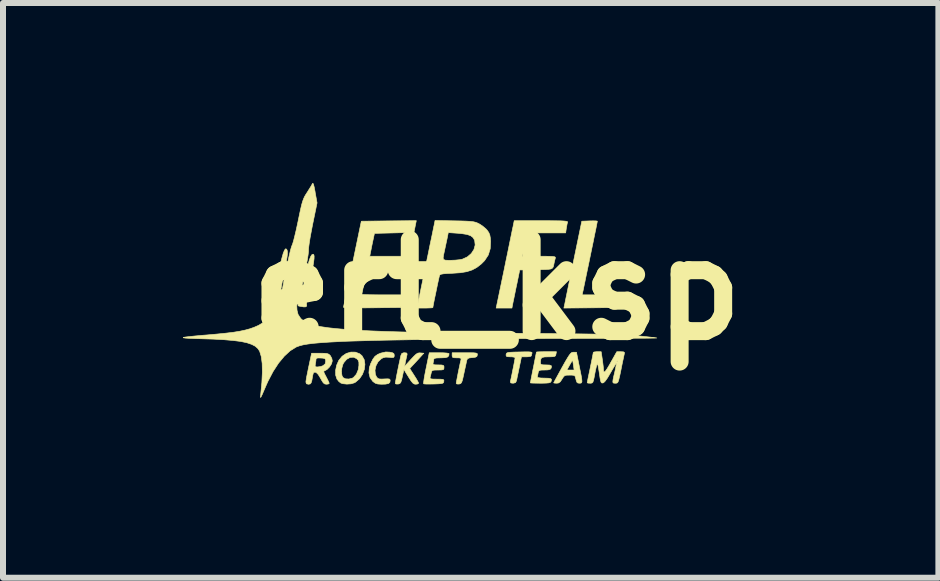
<source format=kicad_pcb>
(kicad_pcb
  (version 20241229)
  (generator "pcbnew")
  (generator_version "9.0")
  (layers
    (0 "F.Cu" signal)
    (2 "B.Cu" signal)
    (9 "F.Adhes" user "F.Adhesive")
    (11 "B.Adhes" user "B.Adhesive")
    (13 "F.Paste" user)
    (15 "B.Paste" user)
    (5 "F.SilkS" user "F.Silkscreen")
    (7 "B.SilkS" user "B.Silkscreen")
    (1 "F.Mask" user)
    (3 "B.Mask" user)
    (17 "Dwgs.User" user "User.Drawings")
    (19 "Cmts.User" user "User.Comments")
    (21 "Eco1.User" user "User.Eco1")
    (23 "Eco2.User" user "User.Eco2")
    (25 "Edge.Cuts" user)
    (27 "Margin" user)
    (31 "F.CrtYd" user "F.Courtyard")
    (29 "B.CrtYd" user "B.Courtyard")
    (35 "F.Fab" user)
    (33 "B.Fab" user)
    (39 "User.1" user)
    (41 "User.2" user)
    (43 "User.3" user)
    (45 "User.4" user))
  (footprint "ert_ksp"
    (layer "F.Cu")
    (at 5.233 1.781)
    (property "Reference" "ert_ksp" (at 0 0 0) (layer "F.SilkS") (effects (font (size 1.524 1.524) (thickness 0.3))))
    (attr through_hole)
    (fp_poly (pts (xy -3.052 -0.586) (xy -3.046 -0.562) (xy -3.047 -0.519) (xy -3.055 -0.454) (xy -3.07 -0.364) (xy -3.092 -0.246) (xy -3.108 -0.167) (xy -3.13 -0.054) (xy -3.148 0.048) (xy -3.162 0.134) (xy -3.17 0.198) (xy -3.172 0.236) (xy -3.172 0.24) (xy -3.17 0.27) (xy -3.184 0.284) (xy -3.218 0.286) (xy -3.28 0.276) (xy -3.281 0.276) (xy -3.309 0.269) (xy -3.316 0.256) (xy -3.306 0.228) (xy -3.293 0.203) (xy -3.282 0.172) (xy -3.266 0.113) (xy -3.247 0.033) (xy -3.225 -0.063) (xy -3.202 -0.168) (xy -3.198 -0.19) (xy -3.17 -0.323) (xy -3.145 -0.426) (xy -3.124 -0.502) (xy -3.104 -0.552) (xy -3.086 -0.582) (xy -3.067 -0.592) (xy -3.064 -0.593) (xy -3.052 -0.586)) (stroke (width 0.01) (type solid)) (fill yes) (layer "F.SilkS"))
    (fp_poly (pts (xy 1.654 -1.148) (xy 1.676 -1.144) (xy 1.676 -1.143) (xy 1.673 -1.126) (xy 1.664 -1.079) (xy 1.65 -1.008) (xy 1.631 -0.919) (xy 1.61 -0.814) (xy 1.586 -0.699) (xy 1.561 -0.578) (xy 1.536 -0.456) (xy 1.511 -0.337) (xy 1.488 -0.227) (xy 1.468 -0.129) (xy 1.451 -0.048) (xy 1.439 0.011) (xy 1.431 0.044) (xy 1.431 0.047) (xy 1.422 0.085) (xy 2.118 0.085) (xy 2.106 0.148) (xy 2.095 0.203) (xy 2.084 0.251) (xy 2.083 0.254) (xy 2.072 0.296) (xy 1.595 0.301) (xy 1.118 0.305) (xy 1.128 0.257) (xy 1.134 0.23) (xy 1.145 0.174) (xy 1.162 0.092) (xy 1.183 -0.011) (xy 1.208 -0.133) (xy 1.236 -0.268) (xy 1.266 -0.414) (xy 1.277 -0.467) (xy 1.417 -1.143) (xy 1.547 -1.148) (xy 1.608 -1.149) (xy 1.654 -1.148)) (stroke (width 0.01) (type solid)) (fill yes) (layer "F.SilkS"))
    (fp_poly (pts (xy -1.787 1.04) (xy -1.74 1.05) (xy -1.717 1.063) (xy -1.71 1.087) (xy -1.71 1.094) (xy -1.713 1.119) (xy -1.725 1.129) (xy -1.757 1.13) (xy -1.791 1.126) (xy -1.852 1.123) (xy -1.899 1.135) (xy -1.927 1.151) (xy -1.98 1.201) (xy -2.015 1.267) (xy -2.031 1.341) (xy -2.025 1.411) (xy -2.005 1.454) (xy -1.985 1.476) (xy -1.959 1.487) (xy -1.917 1.489) (xy -1.878 1.487) (xy -1.822 1.485) (xy -1.792 1.488) (xy -1.78 1.5) (xy -1.778 1.518) (xy -1.785 1.546) (xy -1.808 1.564) (xy -1.855 1.573) (xy -1.923 1.575) (xy -1.984 1.571) (xy -2.026 1.558) (xy -2.065 1.53) (xy -2.068 1.527) (xy -2.113 1.465) (xy -2.132 1.386) (xy -2.125 1.297) (xy -2.101 1.227) (xy -2.066 1.157) (xy -2.031 1.11) (xy -1.986 1.078) (xy -1.938 1.057) (xy -1.852 1.037) (xy -1.787 1.04)) (stroke (width 0.01) (type solid)) (fill yes) (layer "F.SilkS"))
    (fp_poly (pts (xy -0.444 1.05) (xy -0.385 1.051) (xy -0.349 1.055) (xy -0.33 1.061) (xy -0.324 1.071) (xy -0.325 1.086) (xy -0.325 1.088) (xy -0.333 1.112) (xy -0.356 1.124) (xy -0.401 1.131) (xy -0.411 1.131) (xy -0.461 1.137) (xy -0.488 1.15) (xy -0.5 1.173) (xy -0.5 1.174) (xy -0.507 1.205) (xy -0.519 1.261) (xy -0.535 1.333) (xy -0.547 1.389) (xy -0.564 1.467) (xy -0.577 1.519) (xy -0.59 1.549) (xy -0.603 1.564) (xy -0.622 1.57) (xy -0.631 1.572) (xy -0.665 1.571) (xy -0.677 1.561) (xy -0.674 1.538) (xy -0.665 1.491) (xy -0.653 1.428) (xy -0.639 1.356) (xy -0.624 1.286) (xy -0.611 1.224) (xy -0.6 1.18) (xy -0.6 1.178) (xy -0.595 1.152) (xy -0.605 1.139) (xy -0.635 1.135) (xy -0.667 1.135) (xy -0.715 1.133) (xy -0.738 1.125) (xy -0.745 1.105) (xy -0.745 1.092) (xy -0.745 1.05) (xy -0.532 1.05) (xy -0.444 1.05)) (stroke (width 0.01) (type solid)) (fill yes) (layer "F.SilkS"))
    (fp_poly (pts (xy 0.529 1.035) (xy 0.566 1.038) (xy 0.584 1.044) (xy 0.588 1.053) (xy 0.586 1.059) (xy 0.577 1.092) (xy 0.576 1.102) (xy 0.561 1.111) (xy 0.522 1.117) (xy 0.493 1.118) (xy 0.411 1.118) (xy 0.373 1.3) (xy 0.357 1.378) (xy 0.342 1.447) (xy 0.332 1.498) (xy 0.327 1.52) (xy 0.311 1.549) (xy 0.274 1.558) (xy 0.269 1.558) (xy 0.235 1.554) (xy 0.226 1.538) (xy 0.228 1.52) (xy 0.238 1.476) (xy 0.251 1.414) (xy 0.265 1.343) (xy 0.28 1.271) (xy 0.292 1.207) (xy 0.301 1.158) (xy 0.305 1.134) (xy 0.305 1.133) (xy 0.29 1.124) (xy 0.251 1.118) (xy 0.227 1.118) (xy 0.18 1.116) (xy 0.159 1.108) (xy 0.154 1.09) (xy 0.155 1.079) (xy 0.159 1.064) (xy 0.169 1.053) (xy 0.189 1.046) (xy 0.227 1.042) (xy 0.288 1.039) (xy 0.376 1.037) (xy 0.379 1.037) (xy 0.468 1.035) (xy 0.529 1.035)) (stroke (width 0.01) (type solid)) (fill yes) (layer "F.SilkS"))
    (fp_poly (pts (xy -2.357 1.04) (xy -2.287 1.067) (xy -2.248 1.1) (xy -2.211 1.165) (xy -2.199 1.243) (xy -2.209 1.327) (xy -2.24 1.41) (xy -2.289 1.483) (xy -2.355 1.54) (xy -2.374 1.551) (xy -2.43 1.568) (xy -2.5 1.573) (xy -2.567 1.566) (xy -2.601 1.555) (xy -2.634 1.529) (xy -2.665 1.489) (xy -2.666 1.487) (xy -2.687 1.423) (xy -2.687 1.377) (xy -2.59 1.377) (xy -2.581 1.433) (xy -2.564 1.464) (xy -2.522 1.485) (xy -2.466 1.488) (xy -2.41 1.474) (xy -2.391 1.464) (xy -2.341 1.408) (xy -2.309 1.33) (xy -2.299 1.26) (xy -2.3 1.206) (xy -2.313 1.173) (xy -2.337 1.148) (xy -2.39 1.124) (xy -2.448 1.129) (xy -2.504 1.16) (xy -2.551 1.215) (xy -2.568 1.248) (xy -2.585 1.311) (xy -2.59 1.377) (xy -2.687 1.377) (xy -2.688 1.343) (xy -2.67 1.257) (xy -2.635 1.178) (xy -2.579 1.109) (xy -2.51 1.062) (xy -2.433 1.039) (xy -2.357 1.04)) (stroke (width 0.01) (type solid)) (fill yes) (layer "F.SilkS"))
    (fp_poly (pts (xy -1.505 1.054) (xy -1.495 1.07) (xy -1.498 1.088) (xy -1.507 1.128) (xy -1.519 1.183) (xy -1.523 1.202) (xy -1.538 1.278) (xy -1.434 1.163) (xy -1.382 1.108) (xy -1.346 1.074) (xy -1.318 1.057) (xy -1.292 1.052) (xy -1.273 1.053) (xy -1.217 1.058) (xy -1.334 1.186) (xy -1.452 1.313) (xy -1.378 1.428) (xy -1.343 1.483) (xy -1.317 1.528) (xy -1.304 1.555) (xy -1.304 1.558) (xy -1.318 1.57) (xy -1.351 1.575) (xy -1.377 1.571) (xy -1.401 1.555) (xy -1.429 1.521) (xy -1.466 1.464) (xy -1.473 1.452) (xy -1.549 1.33) (xy -1.575 1.448) (xy -1.589 1.51) (xy -1.602 1.546) (xy -1.618 1.564) (xy -1.641 1.571) (xy -1.647 1.572) (xy -1.681 1.571) (xy -1.693 1.561) (xy -1.69 1.539) (xy -1.681 1.492) (xy -1.669 1.427) (xy -1.654 1.351) (xy -1.638 1.273) (xy -1.622 1.199) (xy -1.609 1.138) (xy -1.6 1.097) (xy -1.599 1.095) (xy -1.583 1.061) (xy -1.551 1.05) (xy -1.539 1.05) (xy -1.505 1.054)) (stroke (width 0.01) (type solid)) (fill yes) (layer "F.SilkS"))
    (fp_poly (pts (xy 1.374 1.27) (xy 1.395 1.374) (xy 1.41 1.449) (xy 1.417 1.5) (xy 1.419 1.532) (xy 1.413 1.55) (xy 1.402 1.556) (xy 1.384 1.558) (xy 1.38 1.558) (xy 1.352 1.555) (xy 1.335 1.542) (xy 1.323 1.509) (xy 1.313 1.469) (xy 1.305 1.442) (xy 1.288 1.428) (xy 1.253 1.423) (xy 1.215 1.423) (xy 1.162 1.424) (xy 1.13 1.433) (xy 1.108 1.457) (xy 1.087 1.49) (xy 1.058 1.534) (xy 1.029 1.554) (xy 0.999 1.558) (xy 0.963 1.556) (xy 0.948 1.552) (xy 0.948 1.552) (xy 0.956 1.536) (xy 0.978 1.495) (xy 1.011 1.435) (xy 1.052 1.36) (xy 1.064 1.338) (xy 1.168 1.338) (xy 1.289 1.338) (xy 1.277 1.257) (xy 1.27 1.21) (xy 1.265 1.18) (xy 1.264 1.174) (xy 1.255 1.186) (xy 1.235 1.219) (xy 1.215 1.254) (xy 1.168 1.338) (xy 1.064 1.338) (xy 1.088 1.294) (xy 1.14 1.201) (xy 1.179 1.135) (xy 1.208 1.09) (xy 1.23 1.062) (xy 1.248 1.047) (xy 1.266 1.042) (xy 1.278 1.041) (xy 1.328 1.041) (xy 1.374 1.27)) (stroke (width 0.01) (type solid)) (fill yes) (layer "F.SilkS"))
    (fp_poly (pts (xy -1.362 -1.054) (xy -1.381 -0.957) (xy -1.711 -0.948) (xy -2.04 -0.94) (xy -2.069 -0.804) (xy -2.084 -0.733) (xy -2.097 -0.667) (xy -2.107 -0.619) (xy -2.108 -0.614) (xy -2.118 -0.559) (xy -1.557 -0.559) (xy -1.566 -0.521) (xy -1.575 -0.479) (xy -1.586 -0.425) (xy -1.588 -0.415) (xy -1.602 -0.347) (xy -1.883 -0.342) (xy -2.165 -0.338) (xy -2.185 -0.241) (xy -2.2 -0.168) (xy -2.218 -0.085) (xy -2.228 -0.037) (xy -2.24 0.019) (xy -2.249 0.06) (xy -2.252 0.077) (xy -2.236 0.079) (xy -2.191 0.081) (xy -2.122 0.083) (xy -2.035 0.084) (xy -1.933 0.085) (xy -1.905 0.085) (xy -1.557 0.085) (xy -1.566 0.123) (xy -1.575 0.165) (xy -1.586 0.219) (xy -1.588 0.229) (xy -1.602 0.296) (xy -2.079 0.301) (xy -2.203 0.302) (xy -2.314 0.301) (xy -2.409 0.3) (xy -2.484 0.299) (xy -2.534 0.296) (xy -2.556 0.293) (xy -2.556 0.292) (xy -2.553 0.274) (xy -2.543 0.225) (xy -2.528 0.15) (xy -2.508 0.053) (xy -2.484 -0.064) (xy -2.456 -0.196) (xy -2.426 -0.341) (xy -2.407 -0.432) (xy -2.259 -1.143) (xy -1.801 -1.148) (xy -1.342 -1.152) (xy -1.362 -1.054)) (stroke (width 0.01) (type solid)) (fill yes) (layer "F.SilkS"))
    (fp_poly (pts (xy 0.877 -1.151) (xy 0.984 -1.15) (xy 1.064 -1.149) (xy 1.12 -1.146) (xy 1.156 -1.142) (xy 1.175 -1.137) (xy 1.181 -1.13) (xy 1.18 -1.128) (xy 1.172 -1.098) (xy 1.163 -1.049) (xy 1.159 -1.027) (xy 1.148 -0.948) (xy 0.51 -0.948) (xy 0.491 -0.851) (xy 0.475 -0.774) (xy 0.457 -0.691) (xy 0.449 -0.656) (xy 0.426 -0.559) (xy 0.705 -0.559) (xy 0.809 -0.559) (xy 0.882 -0.557) (xy 0.932 -0.555) (xy 0.961 -0.551) (xy 0.974 -0.544) (xy 0.977 -0.535) (xy 0.976 -0.529) (xy 0.966 -0.491) (xy 0.956 -0.449) (xy 0.948 -0.408) (xy 0.94 -0.379) (xy 0.926 -0.36) (xy 0.903 -0.347) (xy 0.864 -0.341) (xy 0.804 -0.337) (xy 0.719 -0.336) (xy 0.656 -0.335) (xy 0.382 -0.33) (xy 0.337 -0.11) (xy 0.317 -0.017) (xy 0.299 0.073) (xy 0.283 0.151) (xy 0.271 0.207) (xy 0.271 0.207) (xy 0.252 0.305) (xy -0.011 0.305) (xy 0.122 -0.334) (xy 0.152 -0.481) (xy 0.181 -0.62) (xy 0.207 -0.748) (xy 0.23 -0.86) (xy 0.249 -0.953) (xy 0.263 -1.021) (xy 0.272 -1.06) (xy 0.272 -1.063) (xy 0.29 -1.151) (xy 0.74 -1.151) (xy 0.877 -1.151)) (stroke (width 0.01) (type solid)) (fill yes) (layer "F.SilkS"))
    (fp_poly (pts (xy -0.891 1.051) (xy -0.836 1.055) (xy -0.802 1.061) (xy -0.796 1.065) (xy -0.801 1.1) (xy -0.82 1.121) (xy -0.86 1.132) (xy -0.927 1.135) (xy -0.933 1.135) (xy -1.002 1.137) (xy -1.04 1.144) (xy -1.05 1.156) (xy -1.054 1.188) (xy -1.061 1.215) (xy -1.064 1.237) (xy -1.055 1.248) (xy -1.026 1.252) (xy -0.976 1.253) (xy -0.922 1.254) (xy -0.893 1.26) (xy -0.882 1.273) (xy -0.881 1.295) (xy -0.883 1.319) (xy -0.894 1.332) (xy -0.924 1.337) (xy -0.979 1.338) (xy -0.982 1.338) (xy -1.038 1.339) (xy -1.07 1.344) (xy -1.085 1.358) (xy -1.093 1.383) (xy -1.093 1.384) (xy -1.104 1.43) (xy -1.112 1.46) (xy -1.112 1.476) (xy -1.099 1.485) (xy -1.065 1.489) (xy -1.005 1.49) (xy -0.999 1.49) (xy -0.936 1.491) (xy -0.901 1.494) (xy -0.885 1.503) (xy -0.882 1.519) (xy -0.884 1.528) (xy -0.888 1.546) (xy -0.9 1.557) (xy -0.926 1.564) (xy -0.972 1.568) (xy -1.046 1.571) (xy -1.051 1.571) (xy -1.121 1.572) (xy -1.178 1.572) (xy -1.214 1.569) (xy -1.221 1.567) (xy -1.221 1.548) (xy -1.215 1.502) (xy -1.204 1.435) (xy -1.188 1.352) (xy -1.178 1.304) (xy -1.126 1.05) (xy -0.961 1.05) (xy -0.891 1.051)) (stroke (width 0.01) (type solid)) (fill yes) (layer "F.SilkS"))
    (fp_poly (pts (xy 0.986 1.075) (xy 0.98 1.098) (xy 0.966 1.11) (xy 0.936 1.116) (xy 0.883 1.118) (xy 0.863 1.118) (xy 0.796 1.12) (xy 0.755 1.129) (xy 0.735 1.151) (xy 0.729 1.19) (xy 0.728 1.212) (xy 0.731 1.236) (xy 0.744 1.248) (xy 0.776 1.252) (xy 0.821 1.253) (xy 0.878 1.255) (xy 0.906 1.264) (xy 0.912 1.283) (xy 0.904 1.311) (xy 0.888 1.327) (xy 0.852 1.336) (xy 0.796 1.338) (xy 0.741 1.339) (xy 0.711 1.344) (xy 0.696 1.359) (xy 0.688 1.388) (xy 0.688 1.391) (xy 0.68 1.432) (xy 0.677 1.458) (xy 0.677 1.458) (xy 0.693 1.466) (xy 0.734 1.471) (xy 0.791 1.473) (xy 0.796 1.473) (xy 0.861 1.475) (xy 0.898 1.481) (xy 0.912 1.495) (xy 0.908 1.52) (xy 0.904 1.531) (xy 0.893 1.544) (xy 0.869 1.552) (xy 0.825 1.556) (xy 0.755 1.558) (xy 0.726 1.558) (xy 0.656 1.557) (xy 0.6 1.556) (xy 0.566 1.554) (xy 0.559 1.552) (xy 0.562 1.534) (xy 0.571 1.489) (xy 0.584 1.423) (xy 0.6 1.341) (xy 0.61 1.295) (xy 0.627 1.208) (xy 0.642 1.133) (xy 0.653 1.076) (xy 0.66 1.044) (xy 0.66 1.039) (xy 0.676 1.036) (xy 0.719 1.034) (xy 0.78 1.033) (xy 0.827 1.033) (xy 0.994 1.033) (xy 0.986 1.075)) (stroke (width 0.01) (type solid)) (fill yes) (layer "F.SilkS"))
    (fp_poly (pts (xy -2.877 1.059) (xy -2.832 1.063) (xy -2.804 1.073) (xy -2.784 1.089) (xy -2.776 1.098) (xy -2.751 1.144) (xy -2.743 1.186) (xy -2.756 1.235) (xy -2.789 1.287) (xy -2.832 1.33) (xy -2.863 1.347) (xy -2.88 1.354) (xy -2.885 1.367) (xy -2.876 1.393) (xy -2.852 1.439) (xy -2.845 1.452) (xy -2.819 1.503) (xy -2.8 1.543) (xy -2.794 1.561) (xy -2.809 1.571) (xy -2.841 1.575) (xy -2.869 1.57) (xy -2.893 1.552) (xy -2.918 1.513) (xy -2.938 1.477) (xy -2.978 1.412) (xy -3.012 1.379) (xy -3.025 1.375) (xy -3.048 1.376) (xy -3.061 1.394) (xy -3.071 1.437) (xy -3.073 1.449) (xy -3.084 1.514) (xy -3.096 1.552) (xy -3.112 1.57) (xy -3.137 1.575) (xy -3.143 1.575) (xy -3.174 1.567) (xy -3.183 1.538) (xy -3.183 1.537) (xy -3.179 1.506) (xy -3.17 1.45) (xy -3.155 1.377) (xy -3.138 1.292) (xy -3.135 1.278) (xy -3.133 1.27) (xy -3.029 1.27) (xy -3.018 1.285) (xy -2.987 1.287) (xy -2.934 1.279) (xy -2.896 1.265) (xy -2.862 1.235) (xy -2.853 1.193) (xy -2.856 1.163) (xy -2.869 1.147) (xy -2.901 1.14) (xy -2.934 1.138) (xy -2.985 1.137) (xy -3.009 1.145) (xy -3.014 1.157) (xy -3.017 1.19) (xy -3.025 1.234) (xy -3.029 1.27) (xy -3.133 1.27) (xy -3.088 1.058) (xy -2.948 1.058) (xy -2.877 1.059)) (stroke (width 0.01) (type solid)) (fill yes) (layer "F.SilkS"))
    (fp_poly (pts (xy -0.705 -1.149) (xy -0.592 -1.147) (xy -0.506 -1.144) (xy -0.443 -1.14) (xy -0.397 -1.135) (xy -0.361 -1.127) (xy -0.331 -1.117) (xy -0.3 -1.102) (xy -0.297 -1.101) (xy -0.238 -1.063) (xy -0.182 -1.016) (xy -0.162 -0.994) (xy -0.134 -0.954) (xy -0.117 -0.914) (xy -0.108 -0.863) (xy -0.104 -0.806) (xy -0.11 -0.684) (xy -0.142 -0.58) (xy -0.203 -0.487) (xy -0.257 -0.432) (xy -0.331 -0.374) (xy -0.41 -0.331) (xy -0.499 -0.302) (xy -0.607 -0.284) (xy -0.74 -0.275) (xy -0.83 -0.271) (xy -0.89 -0.266) (xy -0.928 -0.259) (xy -0.948 -0.25) (xy -0.955 -0.239) (xy -0.961 -0.215) (xy -0.972 -0.166) (xy -0.987 -0.098) (xy -1.003 -0.02) (xy -1.02 0.063) (xy -1.037 0.142) (xy -1.051 0.212) (xy -1.061 0.265) (xy -1.066 0.294) (xy -1.067 0.297) (xy -1.082 0.301) (xy -1.124 0.303) (xy -1.183 0.305) (xy -1.199 0.305) (xy -1.331 0.305) (xy -1.199 -0.334) (xy -1.169 -0.481) (xy -1.159 -0.528) (xy -0.895 -0.528) (xy -0.886 -0.504) (xy -0.858 -0.493) (xy -0.807 -0.491) (xy -0.768 -0.491) (xy -0.694 -0.494) (xy -0.623 -0.501) (xy -0.571 -0.511) (xy -0.57 -0.512) (xy -0.49 -0.549) (xy -0.425 -0.605) (xy -0.381 -0.673) (xy -0.361 -0.747) (xy -0.369 -0.82) (xy -0.373 -0.831) (xy -0.398 -0.872) (xy -0.437 -0.901) (xy -0.495 -0.922) (xy -0.578 -0.935) (xy -0.648 -0.942) (xy -0.809 -0.953) (xy -0.829 -0.853) (xy -0.845 -0.778) (xy -0.863 -0.694) (xy -0.873 -0.647) (xy -0.889 -0.574) (xy -0.895 -0.528) (xy -1.159 -0.528) (xy -1.14 -0.62) (xy -1.114 -0.748) (xy -1.09 -0.861) (xy -1.071 -0.953) (xy -1.057 -1.022) (xy -1.049 -1.062) (xy -1.048 -1.064) (xy -1.03 -1.155) (xy -0.705 -1.149)) (stroke (width 0.01) (type solid)) (fill yes) (layer "F.SilkS"))
    (fp_poly (pts (xy 1.759 1.161) (xy 1.768 1.228) (xy 1.775 1.287) (xy 1.778 1.325) (xy 1.778 1.327) (xy 1.781 1.361) (xy 1.791 1.371) (xy 1.81 1.357) (xy 1.839 1.316) (xy 1.881 1.246) (xy 1.9 1.211) (xy 1.91 1.194) (xy 1.998 1.194) (xy 2.007 1.202) (xy 2.015 1.194) (xy 2.007 1.185) (xy 1.998 1.194) (xy 1.91 1.194) (xy 2 1.033) (xy 2.068 1.033) (xy 2.111 1.035) (xy 2.128 1.045) (xy 2.127 1.063) (xy 2.121 1.089) (xy 2.11 1.142) (xy 2.094 1.215) (xy 2.077 1.299) (xy 2.072 1.325) (xy 2.053 1.417) (xy 2.038 1.481) (xy 2.027 1.522) (xy 2.016 1.545) (xy 2.003 1.555) (xy 1.987 1.558) (xy 1.977 1.558) (xy 1.953 1.557) (xy 1.939 1.552) (xy 1.934 1.536) (xy 1.937 1.503) (xy 1.948 1.448) (xy 1.965 1.378) (xy 1.979 1.313) (xy 1.989 1.261) (xy 1.994 1.23) (xy 1.993 1.226) (xy 1.983 1.237) (xy 1.961 1.273) (xy 1.929 1.326) (xy 1.895 1.385) (xy 1.847 1.467) (xy 1.809 1.521) (xy 1.781 1.549) (xy 1.768 1.554) (xy 1.751 1.554) (xy 1.739 1.543) (xy 1.729 1.516) (xy 1.72 1.466) (xy 1.711 1.402) (xy 1.7 1.332) (xy 1.69 1.275) (xy 1.681 1.24) (xy 1.678 1.232) (xy 1.671 1.243) (xy 1.66 1.28) (xy 1.646 1.338) (xy 1.636 1.389) (xy 1.622 1.465) (xy 1.611 1.514) (xy 1.601 1.542) (xy 1.587 1.554) (xy 1.569 1.558) (xy 1.556 1.558) (xy 1.521 1.556) (xy 1.507 1.55) (xy 1.51 1.532) (xy 1.519 1.486) (xy 1.533 1.419) (xy 1.55 1.338) (xy 1.558 1.298) (xy 1.576 1.211) (xy 1.591 1.137) (xy 1.602 1.08) (xy 1.608 1.048) (xy 1.609 1.043) (xy 1.624 1.037) (xy 1.661 1.033) (xy 1.674 1.033) (xy 1.74 1.033) (xy 1.759 1.161)) (stroke (width 0.01) (type solid)) (fill yes) (layer "F.SilkS"))
    (fp_poly (pts (xy -3.056 -1.756) (xy -3.044 -1.709) (xy -3.029 -1.63) (xy -3.029 -1.626) (xy -2.997 -1.448) (xy -3.072 -1.084) (xy -3.093 -0.974) (xy -3.112 -0.873) (xy -3.126 -0.786) (xy -3.135 -0.719) (xy -3.139 -0.677) (xy -3.139 -0.669) (xy -3.14 -0.636) (xy -3.147 -0.576) (xy -3.16 -0.496) (xy -3.178 -0.402) (xy -3.198 -0.299) (xy -3.22 -0.193) (xy -3.242 -0.092) (xy -3.264 0.000257) (xy -3.283 0.077) (xy -3.3 0.131) (xy -3.311 0.158) (xy -3.328 0.204) (xy -3.335 0.27) (xy -3.331 0.341) (xy -3.315 0.405) (xy -3.313 0.412) (xy -3.269 0.479) (xy -3.203 0.536) (xy -3.126 0.573) (xy -3.119 0.575) (xy -3.032 0.597) (xy -2.928 0.616) (xy -2.805 0.634) (xy -2.663 0.649) (xy -2.499 0.663) (xy -2.312 0.675) (xy -2.1 0.686) (xy -1.863 0.695) (xy -1.599 0.703) (xy -1.305 0.709) (xy -0.982 0.714) (xy -0.627 0.718) (xy -0.415 0.72) (xy -0.069 0.723) (xy 0.244 0.725) (xy 0.527 0.727) (xy 0.782 0.729) (xy 1.01 0.731) (xy 1.213 0.734) (xy 1.394 0.736) (xy 1.553 0.738) (xy 1.693 0.74) (xy 1.816 0.743) (xy 1.923 0.745) (xy 2.016 0.748) (xy 2.098 0.751) (xy 2.169 0.755) (xy 2.232 0.758) (xy 2.288 0.762) (xy 2.339 0.766) (xy 2.379 0.77) (xy 2.472 0.78) (xy 2.553 0.789) (xy 2.617 0.796) (xy 2.657 0.802) (xy 2.667 0.804) (xy 2.653 0.805) (xy 2.608 0.806) (xy 2.533 0.807) (xy 2.432 0.808) (xy 2.307 0.808) (xy 2.16 0.809) (xy 1.993 0.81) (xy 1.809 0.811) (xy 1.611 0.811) (xy 1.401 0.811) (xy 1.228 0.812) (xy 0.894 0.812) (xy 0.559 0.814) (xy 0.227 0.815) (xy -0.102 0.818) (xy -0.423 0.821) (xy -0.735 0.824) (xy -1.035 0.827) (xy -1.32 0.831) (xy -1.588 0.836) (xy -1.835 0.84) (xy -2.061 0.845) (xy -2.261 0.851) (xy -2.434 0.856) (xy -2.576 0.861) (xy -2.625 0.864) (xy -2.797 0.873) (xy -2.94 0.883) (xy -3.057 0.893) (xy -3.151 0.905) (xy -3.227 0.918) (xy -3.288 0.934) (xy -3.339 0.952) (xy -3.348 0.957) (xy -3.445 1.017) (xy -3.543 1.107) (xy -3.639 1.223) (xy -3.73 1.363) (xy -3.814 1.523) (xy -3.845 1.592) (xy -3.884 1.682) (xy -3.911 1.745) (xy -3.929 1.782) (xy -3.938 1.796) (xy -3.941 1.79) (xy -3.939 1.768) (xy -3.936 1.739) (xy -3.917 1.544) (xy -3.909 1.373) (xy -3.912 1.23) (xy -3.927 1.114) (xy -3.953 1.029) (xy -3.955 1.023) (xy -3.985 0.979) (xy -4.028 0.941) (xy -4.088 0.91) (xy -4.168 0.883) (xy -4.268 0.862) (xy -4.393 0.846) (xy -4.545 0.833) (xy -4.725 0.823) (xy -4.894 0.818) (xy -5.025 0.814) (xy -5.124 0.81) (xy -5.191 0.806) (xy -5.226 0.801) (xy -5.228 0.795) (xy -5.198 0.789) (xy -5.134 0.781) (xy -5.037 0.771) (xy -4.907 0.759) (xy -4.84 0.754) (xy -4.661 0.738) (xy -4.512 0.723) (xy -4.388 0.708) (xy -4.284 0.691) (xy -4.195 0.672) (xy -4.118 0.651) (xy -4.047 0.626) (xy -3.978 0.596) (xy -3.968 0.591) (xy -3.883 0.539) (xy -3.795 0.465) (xy -3.716 0.379) (xy -3.655 0.292) (xy -3.649 0.282) (xy -3.629 0.241) (xy -3.626 0.218) (xy -3.639 0.204) (xy -3.641 0.203) (xy -3.678 0.189) (xy -3.703 0.187) (xy -3.742 0.177) (xy -3.753 0.149) (xy -3.737 0.113) (xy -3.727 0.085) (xy -3.711 0.03) (xy -3.691 -0.047) (xy -3.67 -0.141) (xy -3.647 -0.245) (xy -3.642 -0.268) (xy -3.612 -0.413) (xy -3.584 -0.526) (xy -3.561 -0.608) (xy -3.54 -0.66) (xy -3.522 -0.683) (xy -3.506 -0.678) (xy -3.503 -0.674) (xy -3.495 -0.656) (xy -3.491 -0.632) (xy -3.491 -0.597) (xy -3.497 -0.547) (xy -3.508 -0.477) (xy -3.526 -0.385) (xy -3.55 -0.264) (xy -3.558 -0.226) (xy -3.579 -0.121) (xy -3.596 -0.027) (xy -3.609 0.052) (xy -3.616 0.11) (xy -3.618 0.142) (xy -3.617 0.145) (xy -3.604 0.166) (xy -3.593 0.156) (xy -3.587 0.122) (xy -3.587 0.092) (xy -3.584 0.055) (xy -3.575 -0.007) (xy -3.561 -0.089) (xy -3.544 -0.184) (xy -3.523 -0.286) (xy -3.501 -0.391) (xy -3.479 -0.492) (xy -3.458 -0.583) (xy -3.44 -0.66) (xy -3.424 -0.715) (xy -3.413 -0.744) (xy -3.412 -0.745) (xy -3.403 -0.769) (xy -3.388 -0.82) (xy -3.369 -0.895) (xy -3.347 -0.987) (xy -3.324 -1.092) (xy -3.314 -1.14) (xy -3.289 -1.261) (xy -3.269 -1.354) (xy -3.252 -1.425) (xy -3.236 -1.479) (xy -3.22 -1.521) (xy -3.203 -1.558) (xy -3.182 -1.593) (xy -3.163 -1.622) (xy -3.126 -1.681) (xy -3.095 -1.731) (xy -3.076 -1.766) (xy -3.074 -1.77) (xy -3.066 -1.776) (xy -3.056 -1.756)) (stroke (width 0.01) (type solid)) (fill yes) (layer "F.SilkS")))
  (gr_rect
    (start -3 -3)
    (end 12.595 6.582)
    (stroke (width 0.1) (type default))
    (fill no)
    (layer "Edge.Cuts")))
</source>
